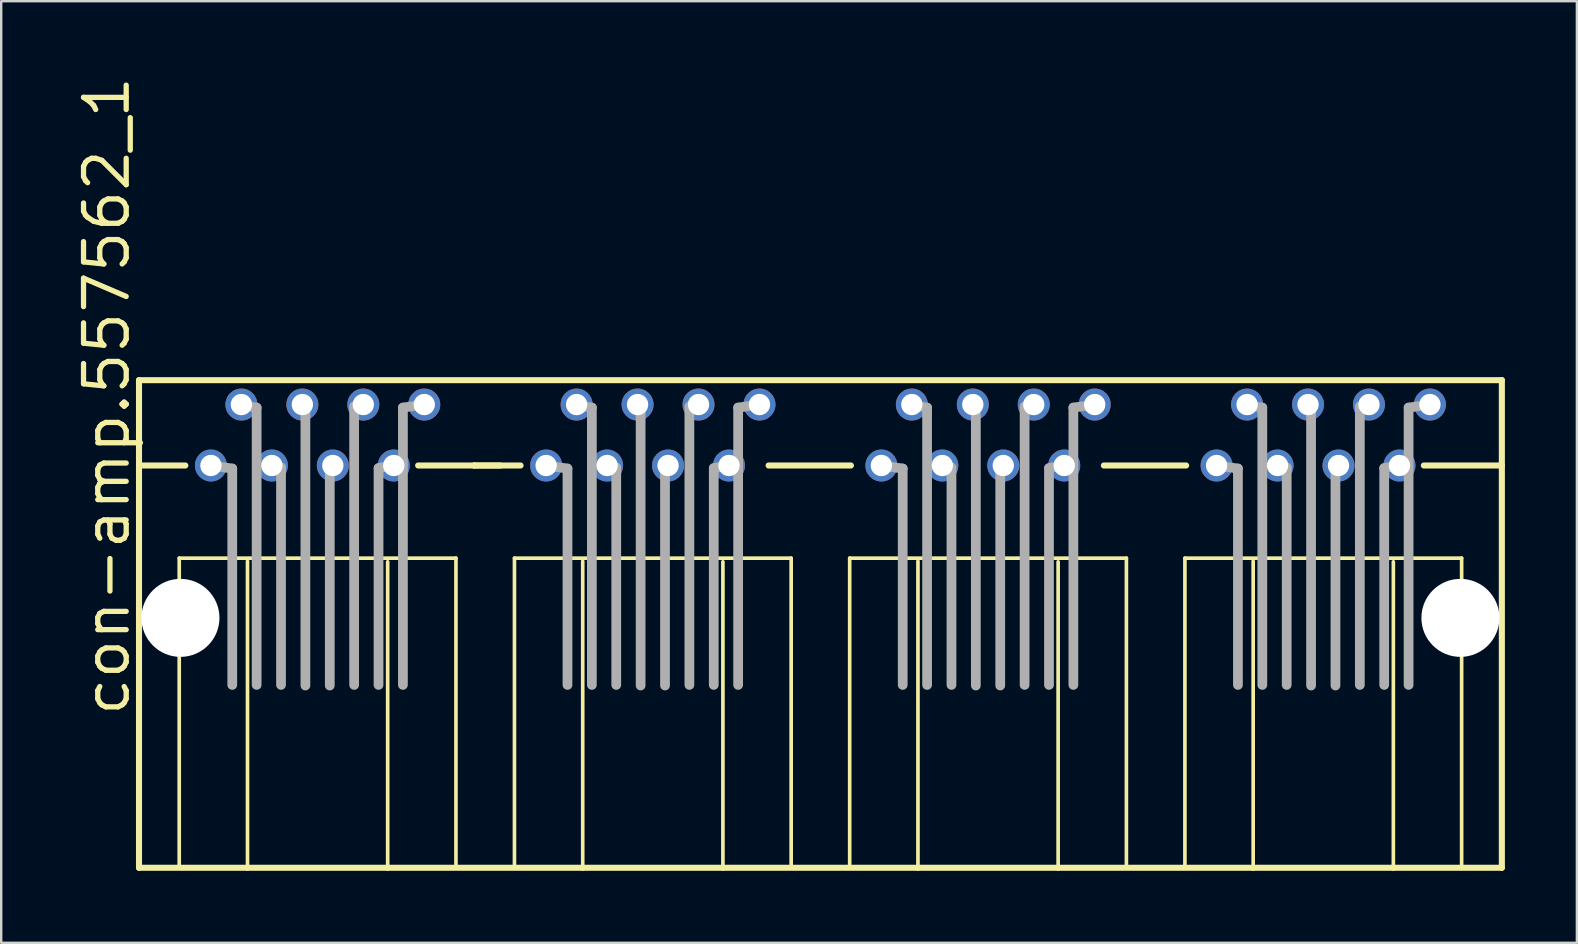
<source format=kicad_pcb>
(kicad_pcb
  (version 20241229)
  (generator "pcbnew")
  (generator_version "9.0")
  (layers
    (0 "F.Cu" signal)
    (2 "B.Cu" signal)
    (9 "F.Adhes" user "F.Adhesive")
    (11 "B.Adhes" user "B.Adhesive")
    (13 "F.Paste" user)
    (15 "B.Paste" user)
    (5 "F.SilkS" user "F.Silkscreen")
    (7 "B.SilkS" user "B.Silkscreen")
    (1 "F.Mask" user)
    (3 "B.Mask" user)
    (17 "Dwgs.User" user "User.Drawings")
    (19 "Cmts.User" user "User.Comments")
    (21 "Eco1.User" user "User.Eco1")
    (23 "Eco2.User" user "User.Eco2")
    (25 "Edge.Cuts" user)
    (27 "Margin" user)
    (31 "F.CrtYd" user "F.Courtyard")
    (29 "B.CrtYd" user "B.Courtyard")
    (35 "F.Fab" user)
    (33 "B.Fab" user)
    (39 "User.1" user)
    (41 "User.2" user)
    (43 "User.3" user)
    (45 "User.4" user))
  (footprint "con-amp.557562_1"
    (layer "F.Cu")
    (at 31.14 22.699)
    (property "Reference" "con-amp.557562_1" (at -28.702 4.191 90) (layer "F.SilkS") (effects (font (size 1.778 1.778) (thickness 0.22)) (justify left bottom)))
    (attr through_hole)
    (fp_line (start -28.397 -9.906) (end -28.397 -6.35) (stroke (width 0.254) (type default)) (layer "F.SilkS"))
    (fp_line (start -28.397 -6.35) (end -28.397 10.414) (stroke (width 0.254) (type default)) (layer "F.SilkS"))
    (fp_line (start -28.397 10.414) (end -23.876 10.414) (stroke (width 0.254) (type default)) (layer "F.SilkS"))
    (fp_line (start -26.721 -2.489) (end -26.721 10.363) (stroke (width 0.152) (type default)) (layer "F.SilkS"))
    (fp_line (start -26.467 -6.35) (end -28.397 -6.35) (stroke (width 0.254) (type default)) (layer "F.SilkS"))
    (fp_line (start -23.876 10.414) (end -23.876 -2.362) (stroke (width 0.152) (type default)) (layer "F.SilkS"))
    (fp_line (start -23.876 10.414) (end -18.034 10.414) (stroke (width 0.254) (type default)) (layer "F.SilkS"))
    (fp_line (start -18.034 -2.337) (end -18.034 10.414) (stroke (width 0.152) (type default)) (layer "F.SilkS"))
    (fp_line (start -18.034 10.414) (end -9.906 10.414) (stroke (width 0.254) (type default)) (layer "F.SilkS"))
    (fp_line (start -16.764 -6.35) (end -14.427 -6.35) (stroke (width 0.254) (type default)) (layer "F.SilkS"))
    (fp_line (start -15.189 -2.489) (end -26.721 -2.489) (stroke (width 0.152) (type default)) (layer "F.SilkS"))
    (fp_line (start -15.189 10.363) (end -15.189 -2.489) (stroke (width 0.152) (type default)) (layer "F.SilkS"))
    (fp_line (start -14.427 -6.35) (end -13.335 -6.35) (stroke (width 0.254) (type default)) (layer "F.SilkS"))
    (fp_line (start -12.751 -2.489) (end -12.751 10.363) (stroke (width 0.152) (type default)) (layer "F.SilkS"))
    (fp_line (start -12.497 -6.35) (end -14.427 -6.35) (stroke (width 0.254) (type default)) (layer "F.SilkS"))
    (fp_line (start -9.906 10.414) (end -9.906 -2.362) (stroke (width 0.152) (type default)) (layer "F.SilkS"))
    (fp_line (start -9.906 10.414) (end -4.064 10.414) (stroke (width 0.254) (type default)) (layer "F.SilkS"))
    (fp_line (start -4.064 -2.337) (end -4.064 10.414) (stroke (width 0.152) (type default)) (layer "F.SilkS"))
    (fp_line (start -4.064 10.414) (end 4.064 10.414) (stroke (width 0.254) (type default)) (layer "F.SilkS"))
    (fp_line (start -2.159 -6.35) (end 1.27 -6.35) (stroke (width 0.254) (type default)) (layer "F.SilkS"))
    (fp_line (start -1.219 -2.489) (end -12.751 -2.489) (stroke (width 0.152) (type default)) (layer "F.SilkS"))
    (fp_line (start -1.219 10.363) (end -1.219 -2.489) (stroke (width 0.152) (type default)) (layer "F.SilkS"))
    (fp_line (start 1.219 -2.489) (end 1.219 10.363) (stroke (width 0.152) (type default)) (layer "F.SilkS"))
    (fp_line (start 4.064 10.414) (end 4.064 -2.362) (stroke (width 0.152) (type default)) (layer "F.SilkS"))
    (fp_line (start 4.064 10.414) (end 9.906 10.414) (stroke (width 0.254) (type default)) (layer "F.SilkS"))
    (fp_line (start 9.906 -2.337) (end 9.906 10.414) (stroke (width 0.152) (type default)) (layer "F.SilkS"))
    (fp_line (start 9.906 10.414) (end 18.034 10.414) (stroke (width 0.254) (type default)) (layer "F.SilkS"))
    (fp_line (start 11.811 -6.35) (end 15.24 -6.35) (stroke (width 0.254) (type default)) (layer "F.SilkS"))
    (fp_line (start 12.751 -2.489) (end 1.219 -2.489) (stroke (width 0.152) (type default)) (layer "F.SilkS"))
    (fp_line (start 12.751 10.363) (end 12.751 -2.489) (stroke (width 0.152) (type default)) (layer "F.SilkS"))
    (fp_line (start 15.189 -2.489) (end 15.189 10.363) (stroke (width 0.152) (type default)) (layer "F.SilkS"))
    (fp_line (start 18.034 10.414) (end 18.034 -2.362) (stroke (width 0.152) (type default)) (layer "F.SilkS"))
    (fp_line (start 18.034 10.414) (end 23.876 10.414) (stroke (width 0.254) (type default)) (layer "F.SilkS"))
    (fp_line (start 23.876 -2.337) (end 23.876 10.414) (stroke (width 0.152) (type default)) (layer "F.SilkS"))
    (fp_line (start 23.876 10.414) (end 28.397 10.414) (stroke (width 0.254) (type default)) (layer "F.SilkS"))
    (fp_line (start 25.146 -6.35) (end 28.397 -6.35) (stroke (width 0.254) (type default)) (layer "F.SilkS"))
    (fp_line (start 26.721 -2.489) (end 15.189 -2.489) (stroke (width 0.152) (type default)) (layer "F.SilkS"))
    (fp_line (start 26.721 10.363) (end 26.721 -2.489) (stroke (width 0.152) (type default)) (layer "F.SilkS"))
    (fp_line (start 28.397 -9.906) (end -28.397 -9.906) (stroke (width 0.254) (type default)) (layer "F.SilkS"))
    (fp_line (start 28.397 -6.35) (end 28.397 -9.906) (stroke (width 0.254) (type default)) (layer "F.SilkS"))
    (fp_line (start 28.397 10.414) (end 28.397 -6.35) (stroke (width 0.254) (type default)) (layer "F.SilkS"))
    (fp_line (start -25.4 -6.35) (end -24.511 -6.223) (stroke (width 0.406) (type default)) (layer "F.Fab"))
    (fp_line (start -24.511 -6.223) (end -24.511 2.794) (stroke (width 0.406) (type default)) (layer "F.Fab"))
    (fp_line (start -24.13 -8.865) (end -23.495 -8.763) (stroke (width 0.406) (type default)) (layer "F.Fab"))
    (fp_line (start -23.495 -8.763) (end -23.495 2.794) (stroke (width 0.406) (type default)) (layer "F.Fab"))
    (fp_line (start -22.86 -6.35) (end -22.479 -6.274) (stroke (width 0.406) (type default)) (layer "F.Fab"))
    (fp_line (start -22.479 -6.223) (end -22.479 2.794) (stroke (width 0.406) (type default)) (layer "F.Fab"))
    (fp_line (start -21.59 -8.89) (end -21.463 -8.865) (stroke (width 0.406) (type default)) (layer "F.Fab"))
    (fp_line (start -21.463 -8.763) (end -21.463 2.819) (stroke (width 0.406) (type default)) (layer "F.Fab"))
    (fp_line (start -20.447 -6.223) (end -20.447 2.819) (stroke (width 0.406) (type default)) (layer "F.Fab"))
    (fp_line (start -20.32 -6.35) (end -20.447 -6.299) (stroke (width 0.406) (type default)) (layer "F.Fab"))
    (fp_line (start -19.431 -8.763) (end -19.431 2.794) (stroke (width 0.406) (type default)) (layer "F.Fab"))
    (fp_line (start -19.05 -8.89) (end -19.431 -8.814) (stroke (width 0.406) (type default)) (layer "F.Fab"))
    (fp_line (start -18.415 -6.223) (end -18.415 2.794) (stroke (width 0.406) (type default)) (layer "F.Fab"))
    (fp_line (start -17.78 -6.35) (end -18.415 -6.248) (stroke (width 0.406) (type default)) (layer "F.Fab"))
    (fp_line (start -17.399 -8.763) (end -17.399 2.794) (stroke (width 0.406) (type default)) (layer "F.Fab"))
    (fp_line (start -16.51 -8.89) (end -17.399 -8.763) (stroke (width 0.406) (type default)) (layer "F.Fab"))
    (fp_line (start -11.43 -6.35) (end -10.541 -6.223) (stroke (width 0.406) (type default)) (layer "F.Fab"))
    (fp_line (start -10.541 -6.223) (end -10.541 2.794) (stroke (width 0.406) (type default)) (layer "F.Fab"))
    (fp_line (start -10.16 -8.865) (end -9.525 -8.763) (stroke (width 0.406) (type default)) (layer "F.Fab"))
    (fp_line (start -9.525 -8.763) (end -9.525 2.794) (stroke (width 0.406) (type default)) (layer "F.Fab"))
    (fp_line (start -8.89 -6.35) (end -8.509 -6.274) (stroke (width 0.406) (type default)) (layer "F.Fab"))
    (fp_line (start -8.509 -6.223) (end -8.509 2.794) (stroke (width 0.406) (type default)) (layer "F.Fab"))
    (fp_line (start -7.62 -8.89) (end -7.493 -8.865) (stroke (width 0.406) (type default)) (layer "F.Fab"))
    (fp_line (start -7.493 -8.763) (end -7.493 2.819) (stroke (width 0.406) (type default)) (layer "F.Fab"))
    (fp_line (start -6.477 -6.223) (end -6.477 2.819) (stroke (width 0.406) (type default)) (layer "F.Fab"))
    (fp_line (start -6.35 -6.35) (end -6.477 -6.299) (stroke (width 0.406) (type default)) (layer "F.Fab"))
    (fp_line (start -5.461 -8.763) (end -5.461 2.794) (stroke (width 0.406) (type default)) (layer "F.Fab"))
    (fp_line (start -5.08 -8.89) (end -5.461 -8.814) (stroke (width 0.406) (type default)) (layer "F.Fab"))
    (fp_line (start -4.445 -6.223) (end -4.445 2.794) (stroke (width 0.406) (type default)) (layer "F.Fab"))
    (fp_line (start -3.81 -6.35) (end -4.445 -6.248) (stroke (width 0.406) (type default)) (layer "F.Fab"))
    (fp_line (start -3.429 -8.763) (end -3.429 2.794) (stroke (width 0.406) (type default)) (layer "F.Fab"))
    (fp_line (start -2.54 -8.89) (end -3.429 -8.763) (stroke (width 0.406) (type default)) (layer "F.Fab"))
    (fp_line (start 2.54 -6.35) (end 3.429 -6.223) (stroke (width 0.406) (type default)) (layer "F.Fab"))
    (fp_line (start 3.429 -6.223) (end 3.429 2.794) (stroke (width 0.406) (type default)) (layer "F.Fab"))
    (fp_line (start 3.81 -8.865) (end 4.445 -8.763) (stroke (width 0.406) (type default)) (layer "F.Fab"))
    (fp_line (start 4.445 -8.763) (end 4.445 2.794) (stroke (width 0.406) (type default)) (layer "F.Fab"))
    (fp_line (start 5.08 -6.35) (end 5.461 -6.274) (stroke (width 0.406) (type default)) (layer "F.Fab"))
    (fp_line (start 5.461 -6.223) (end 5.461 2.794) (stroke (width 0.406) (type default)) (layer "F.Fab"))
    (fp_line (start 6.35 -8.89) (end 6.477 -8.865) (stroke (width 0.406) (type default)) (layer "F.Fab"))
    (fp_line (start 6.477 -8.763) (end 6.477 2.819) (stroke (width 0.406) (type default)) (layer "F.Fab"))
    (fp_line (start 7.493 -6.223) (end 7.493 2.819) (stroke (width 0.406) (type default)) (layer "F.Fab"))
    (fp_line (start 7.62 -6.35) (end 7.493 -6.299) (stroke (width 0.406) (type default)) (layer "F.Fab"))
    (fp_line (start 8.509 -8.763) (end 8.509 2.794) (stroke (width 0.406) (type default)) (layer "F.Fab"))
    (fp_line (start 8.89 -8.89) (end 8.509 -8.814) (stroke (width 0.406) (type default)) (layer "F.Fab"))
    (fp_line (start 9.525 -6.223) (end 9.525 2.794) (stroke (width 0.406) (type default)) (layer "F.Fab"))
    (fp_line (start 10.16 -6.35) (end 9.525 -6.248) (stroke (width 0.406) (type default)) (layer "F.Fab"))
    (fp_line (start 10.541 -8.763) (end 10.541 2.794) (stroke (width 0.406) (type default)) (layer "F.Fab"))
    (fp_line (start 11.43 -8.89) (end 10.541 -8.763) (stroke (width 0.406) (type default)) (layer "F.Fab"))
    (fp_line (start 16.51 -6.35) (end 17.399 -6.223) (stroke (width 0.406) (type default)) (layer "F.Fab"))
    (fp_line (start 17.399 -6.223) (end 17.399 2.794) (stroke (width 0.406) (type default)) (layer "F.Fab"))
    (fp_line (start 17.78 -8.865) (end 18.415 -8.763) (stroke (width 0.406) (type default)) (layer "F.Fab"))
    (fp_line (start 18.415 -8.763) (end 18.415 2.794) (stroke (width 0.406) (type default)) (layer "F.Fab"))
    (fp_line (start 19.05 -6.35) (end 19.431 -6.274) (stroke (width 0.406) (type default)) (layer "F.Fab"))
    (fp_line (start 19.431 -6.223) (end 19.431 2.794) (stroke (width 0.406) (type default)) (layer "F.Fab"))
    (fp_line (start 20.32 -8.89) (end 20.447 -8.865) (stroke (width 0.406) (type default)) (layer "F.Fab"))
    (fp_line (start 20.447 -8.763) (end 20.447 2.819) (stroke (width 0.406) (type default)) (layer "F.Fab"))
    (fp_line (start 21.463 -6.223) (end 21.463 2.819) (stroke (width 0.406) (type default)) (layer "F.Fab"))
    (fp_line (start 21.59 -6.35) (end 21.463 -6.299) (stroke (width 0.406) (type default)) (layer "F.Fab"))
    (fp_line (start 22.479 -8.763) (end 22.479 2.794) (stroke (width 0.406) (type default)) (layer "F.Fab"))
    (fp_line (start 22.86 -8.89) (end 22.479 -8.814) (stroke (width 0.406) (type default)) (layer "F.Fab"))
    (fp_line (start 23.495 -6.223) (end 23.495 2.794) (stroke (width 0.406) (type default)) (layer "F.Fab"))
    (fp_line (start 24.13 -6.35) (end 23.495 -6.248) (stroke (width 0.406) (type default)) (layer "F.Fab"))
    (fp_line (start 24.511 -8.763) (end 24.511 2.794) (stroke (width 0.406) (type default)) (layer "F.Fab"))
    (fp_line (start 25.4 -8.89) (end 24.511 -8.763) (stroke (width 0.406) (type default)) (layer "F.Fab"))
    (pad "" np_thru_hole circle (at -26.67 0) (size 3.251 3.251) (drill 3.251) (layers "*.Cu" "*.Mask"))
    (pad "" np_thru_hole circle (at 26.67 0) (size 3.251 3.251) (drill 3.251) (layers "*.Cu" "*.Mask"))
    (pad "1-1" thru_hole circle (at -25.4 -6.35) (size 1.333 1.333) (drill 0.889) (layers "*.Cu" "*.Mask"))
    (pad "1-2" thru_hole circle (at -24.13 -8.89) (size 1.333 1.333) (drill 0.889) (layers "*.Cu" "*.Mask"))
    (pad "1-3" thru_hole circle (at -22.86 -6.35) (size 1.333 1.333) (drill 0.889) (layers "*.Cu" "*.Mask"))
    (pad "1-4" thru_hole circle (at -21.59 -8.89) (size 1.333 1.333) (drill 0.889) (layers "*.Cu" "*.Mask"))
    (pad "1-5" thru_hole circle (at -20.32 -6.35) (size 1.333 1.333) (drill 0.889) (layers "*.Cu" "*.Mask"))
    (pad "1-6" thru_hole circle (at -19.05 -8.89) (size 1.333 1.333) (drill 0.889) (layers "*.Cu" "*.Mask"))
    (pad "1-7" thru_hole circle (at -17.78 -6.35) (size 1.333 1.333) (drill 0.889) (layers "*.Cu" "*.Mask"))
    (pad "1-8" thru_hole circle (at -16.51 -8.89) (size 1.333 1.333) (drill 0.889) (layers "*.Cu" "*.Mask"))
    (pad "2-1" thru_hole circle (at -11.43 -6.35) (size 1.333 1.333) (drill 0.889) (layers "*.Cu" "*.Mask"))
    (pad "2-2" thru_hole circle (at -10.16 -8.89) (size 1.333 1.333) (drill 0.889) (layers "*.Cu" "*.Mask"))
    (pad "2-3" thru_hole circle (at -8.89 -6.35) (size 1.333 1.333) (drill 0.889) (layers "*.Cu" "*.Mask"))
    (pad "2-4" thru_hole circle (at -7.62 -8.89) (size 1.333 1.333) (drill 0.889) (layers "*.Cu" "*.Mask"))
    (pad "2-5" thru_hole circle (at -6.35 -6.35) (size 1.333 1.333) (drill 0.889) (layers "*.Cu" "*.Mask"))
    (pad "2-6" thru_hole circle (at -5.08 -8.89) (size 1.333 1.333) (drill 0.889) (layers "*.Cu" "*.Mask"))
    (pad "2-7" thru_hole circle (at -3.81 -6.35) (size 1.333 1.333) (drill 0.889) (layers "*.Cu" "*.Mask"))
    (pad "2-8" thru_hole circle (at -2.54 -8.89) (size 1.333 1.333) (drill 0.889) (layers "*.Cu" "*.Mask"))
    (pad "3-1" thru_hole circle (at 2.54 -6.35) (size 1.333 1.333) (drill 0.889) (layers "*.Cu" "*.Mask"))
    (pad "3-2" thru_hole circle (at 3.81 -8.89) (size 1.333 1.333) (drill 0.889) (layers "*.Cu" "*.Mask"))
    (pad "3-3" thru_hole circle (at 5.08 -6.35) (size 1.333 1.333) (drill 0.889) (layers "*.Cu" "*.Mask"))
    (pad "3-4" thru_hole circle (at 6.35 -8.89) (size 1.333 1.333) (drill 0.889) (layers "*.Cu" "*.Mask"))
    (pad "3-5" thru_hole circle (at 7.62 -6.35) (size 1.333 1.333) (drill 0.889) (layers "*.Cu" "*.Mask"))
    (pad "3-6" thru_hole circle (at 8.89 -8.89) (size 1.333 1.333) (drill 0.889) (layers "*.Cu" "*.Mask"))
    (pad "3-7" thru_hole circle (at 10.16 -6.35) (size 1.333 1.333) (drill 0.889) (layers "*.Cu" "*.Mask"))
    (pad "3-8" thru_hole circle (at 11.43 -8.89) (size 1.333 1.333) (drill 0.889) (layers "*.Cu" "*.Mask"))
    (pad "4-1" thru_hole circle (at 16.51 -6.35) (size 1.333 1.333) (drill 0.889) (layers "*.Cu" "*.Mask"))
    (pad "4-2" thru_hole circle (at 17.78 -8.89) (size 1.333 1.333) (drill 0.889) (layers "*.Cu" "*.Mask"))
    (pad "4-3" thru_hole circle (at 19.05 -6.35) (size 1.333 1.333) (drill 0.889) (layers "*.Cu" "*.Mask"))
    (pad "4-4" thru_hole circle (at 20.32 -8.89) (size 1.333 1.333) (drill 0.889) (layers "*.Cu" "*.Mask"))
    (pad "4-5" thru_hole circle (at 21.59 -6.35) (size 1.333 1.333) (drill 0.889) (layers "*.Cu" "*.Mask"))
    (pad "4-6" thru_hole circle (at 22.86 -8.89) (size 1.333 1.333) (drill 0.889) (layers "*.Cu" "*.Mask"))
    (pad "4-7" thru_hole circle (at 24.13 -6.35) (size 1.333 1.333) (drill 0.889) (layers "*.Cu" "*.Mask"))
    (pad "4-8" thru_hole circle (at 25.4 -8.89) (size 1.333 1.333) (drill 0.889) (layers "*.Cu" "*.Mask")))
  (gr_rect
    (start -3 -3)
    (end 62.664 36.24)
    (stroke (width 0.1) (type default))
    (fill no)
    (layer "Edge.Cuts")))
</source>
